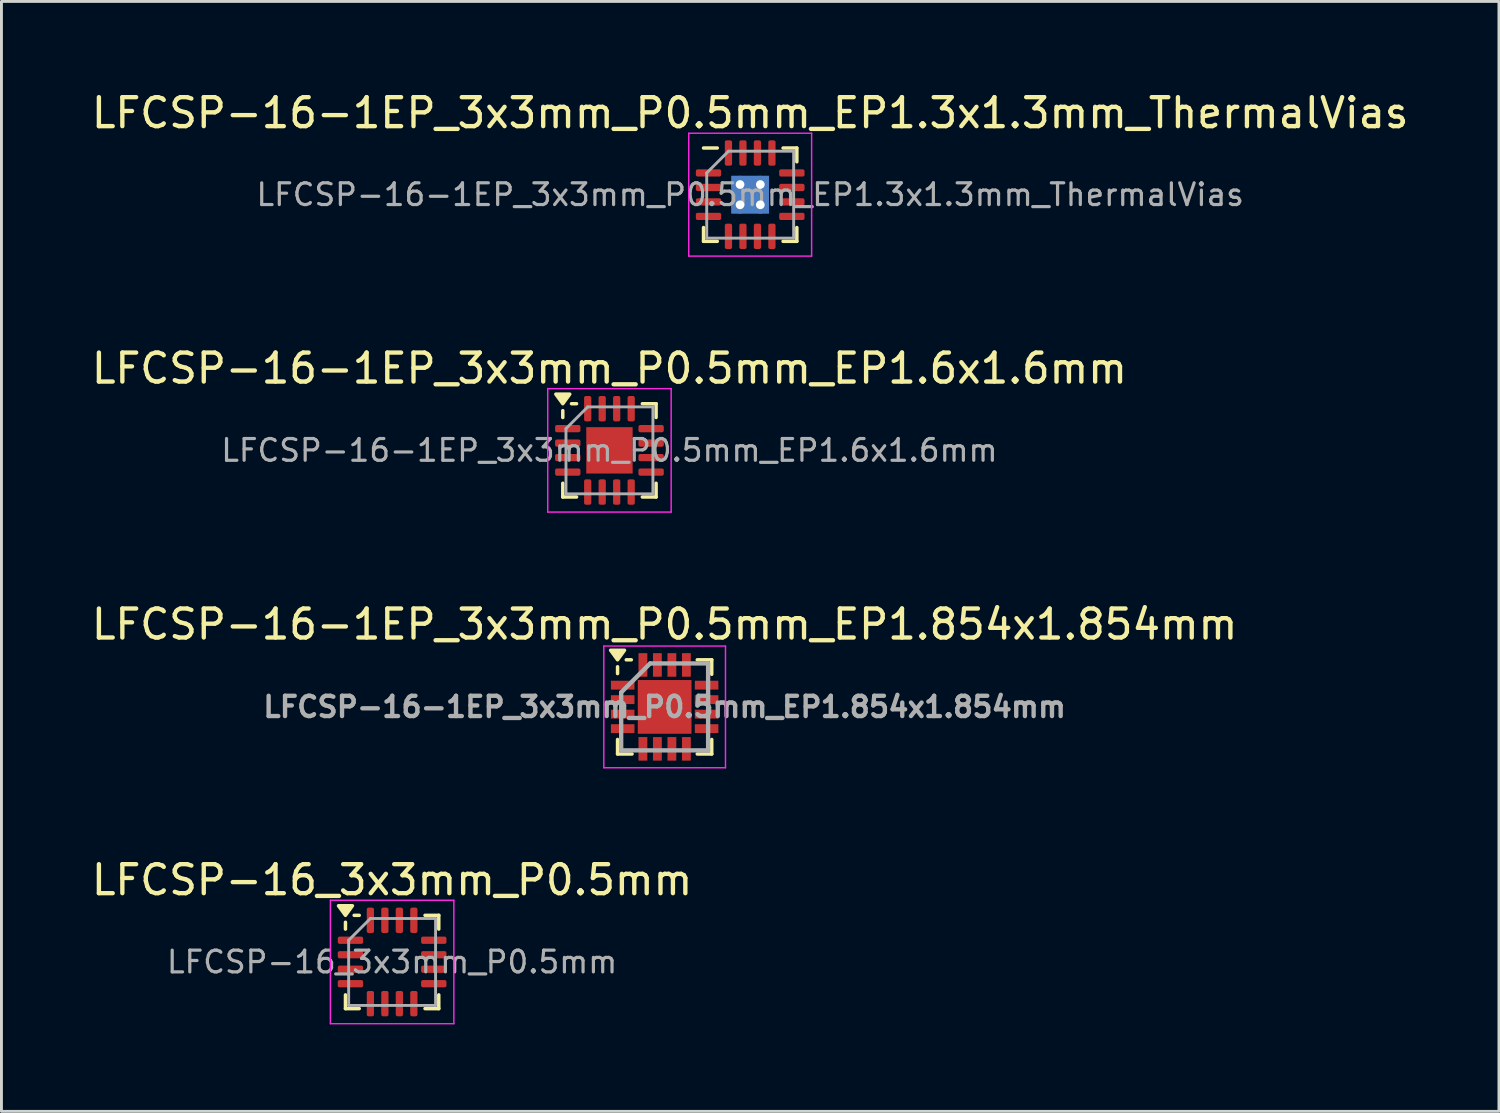
<source format=kicad_pcb>
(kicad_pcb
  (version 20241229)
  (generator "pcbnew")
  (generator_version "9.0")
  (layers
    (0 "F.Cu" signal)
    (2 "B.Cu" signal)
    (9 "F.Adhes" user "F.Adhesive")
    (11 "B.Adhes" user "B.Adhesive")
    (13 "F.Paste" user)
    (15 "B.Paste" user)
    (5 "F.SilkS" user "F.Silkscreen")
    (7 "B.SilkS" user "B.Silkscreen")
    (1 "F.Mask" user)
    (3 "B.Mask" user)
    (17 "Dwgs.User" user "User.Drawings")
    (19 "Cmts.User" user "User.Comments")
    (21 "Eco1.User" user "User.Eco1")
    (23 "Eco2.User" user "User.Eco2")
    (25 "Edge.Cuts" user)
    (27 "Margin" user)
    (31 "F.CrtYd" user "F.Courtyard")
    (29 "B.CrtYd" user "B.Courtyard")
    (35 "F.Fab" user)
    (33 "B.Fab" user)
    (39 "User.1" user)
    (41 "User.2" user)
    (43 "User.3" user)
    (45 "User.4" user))
  (footprint "LFCSP-16_3x3mm_P0.5mm"
    (layer "F.Cu")
    (at 10.482 30.148)
    (property "Reference" "LFCSP-16_3x3mm_P0.5mm" (at 0 -2.83 0) (layer "F.SilkS") (effects (font (size 1 1) (thickness 0.15))))
    (attr smd)
    (fp_line (start -1.61 -1.135) (end -1.61 -1.37) (stroke (width 0.12) (type solid)) (layer "F.SilkS"))
    (fp_line (start -1.61 1.61) (end -1.61 1.135) (stroke (width 0.12) (type solid)) (layer "F.SilkS"))
    (fp_line (start -1.135 -1.61) (end -1.31 -1.61) (stroke (width 0.12) (type solid)) (layer "F.SilkS"))
    (fp_line (start -1.135 1.61) (end -1.61 1.61) (stroke (width 0.12) (type solid)) (layer "F.SilkS"))
    (fp_line (start 1.135 -1.61) (end 1.61 -1.61) (stroke (width 0.12) (type solid)) (layer "F.SilkS"))
    (fp_line (start 1.135 1.61) (end 1.61 1.61) (stroke (width 0.12) (type solid)) (layer "F.SilkS"))
    (fp_line (start 1.61 -1.61) (end 1.61 -1.135) (stroke (width 0.12) (type solid)) (layer "F.SilkS"))
    (fp_line (start 1.61 1.61) (end 1.61 1.135) (stroke (width 0.12) (type solid)) (layer "F.SilkS"))
    (fp_poly (pts (xy -1.61 -1.61) (xy -1.85 -1.94) (xy -1.37 -1.94) (xy -1.61 -1.61)) (stroke (width 0.12) (type solid)) (fill yes) (layer "F.SilkS"))
    (fp_line (start -2.13 -2.13) (end -2.13 2.13) (stroke (width 0.05) (type solid)) (layer "F.CrtYd"))
    (fp_line (start -2.13 2.13) (end 2.13 2.13) (stroke (width 0.05) (type solid)) (layer "F.CrtYd"))
    (fp_line (start 2.13 -2.13) (end -2.13 -2.13) (stroke (width 0.05) (type solid)) (layer "F.CrtYd"))
    (fp_line (start 2.13 2.13) (end 2.13 -2.13) (stroke (width 0.05) (type solid)) (layer "F.CrtYd"))
    (fp_line (start -1.5 -0.75) (end -0.75 -1.5) (stroke (width 0.1) (type solid)) (layer "F.Fab"))
    (fp_line (start -1.5 1.5) (end -1.5 -0.75) (stroke (width 0.1) (type solid)) (layer "F.Fab"))
    (fp_line (start -0.75 -1.5) (end 1.5 -1.5) (stroke (width 0.1) (type solid)) (layer "F.Fab"))
    (fp_line (start 1.5 -1.5) (end 1.5 1.5) (stroke (width 0.1) (type solid)) (layer "F.Fab"))
    (fp_line (start 1.5 1.5) (end -1.5 1.5) (stroke (width 0.1) (type solid)) (layer "F.Fab"))
    (fp_text user "${REFERENCE}" (at 0 0 0) (layer "F.Fab") (effects (font (size 0.75 0.75) (thickness 0.11))))
    (pad "1" smd roundrect (at -1.438 -0.75) (size 0.875 0.25) (layers "F.Cu" "F.Mask" "F.Paste") (roundrect_rratio 0.25))
    (pad "2" smd roundrect (at -1.438 -0.25) (size 0.875 0.25) (layers "F.Cu" "F.Mask" "F.Paste") (roundrect_rratio 0.25))
    (pad "3" smd roundrect (at -1.438 0.25) (size 0.875 0.25) (layers "F.Cu" "F.Mask" "F.Paste") (roundrect_rratio 0.25))
    (pad "4" smd roundrect (at -1.438 0.75) (size 0.875 0.25) (layers "F.Cu" "F.Mask" "F.Paste") (roundrect_rratio 0.25))
    (pad "5" smd roundrect (at -0.75 1.438) (size 0.25 0.875) (layers "F.Cu" "F.Mask" "F.Paste") (roundrect_rratio 0.25))
    (pad "6" smd roundrect (at -0.25 1.438) (size 0.25 0.875) (layers "F.Cu" "F.Mask" "F.Paste") (roundrect_rratio 0.25))
    (pad "7" smd roundrect (at 0.25 1.438) (size 0.25 0.875) (layers "F.Cu" "F.Mask" "F.Paste") (roundrect_rratio 0.25))
    (pad "8" smd roundrect (at 0.75 1.438) (size 0.25 0.875) (layers "F.Cu" "F.Mask" "F.Paste") (roundrect_rratio 0.25))
    (pad "9" smd roundrect (at 1.438 0.75) (size 0.875 0.25) (layers "F.Cu" "F.Mask" "F.Paste") (roundrect_rratio 0.25))
    (pad "10" smd roundrect (at 1.438 0.25) (size 0.875 0.25) (layers "F.Cu" "F.Mask" "F.Paste") (roundrect_rratio 0.25))
    (pad "11" smd roundrect (at 1.438 -0.25) (size 0.875 0.25) (layers "F.Cu" "F.Mask" "F.Paste") (roundrect_rratio 0.25))
    (pad "12" smd roundrect (at 1.438 -0.75) (size 0.875 0.25) (layers "F.Cu" "F.Mask" "F.Paste") (roundrect_rratio 0.25))
    (pad "13" smd roundrect (at 0.75 -1.438) (size 0.25 0.875) (layers "F.Cu" "F.Mask" "F.Paste") (roundrect_rratio 0.25))
    (pad "14" smd roundrect (at 0.25 -1.438) (size 0.25 0.875) (layers "F.Cu" "F.Mask" "F.Paste") (roundrect_rratio 0.25))
    (pad "15" smd roundrect (at -0.25 -1.438) (size 0.25 0.875) (layers "F.Cu" "F.Mask" "F.Paste") (roundrect_rratio 0.25))
    (pad "16" smd roundrect (at -0.75 -1.438) (size 0.25 0.875) (layers "F.Cu" "F.Mask" "F.Paste") (roundrect_rratio 0.25)))
  (footprint "LFCSP-16-1EP_3x3mm_P0.5mm_EP1.6x1.6mm"
    (layer "F.Cu")
    (at 17.982 12.492)
    (property "Reference" "LFCSP-16-1EP_3x3mm_P0.5mm_EP1.6x1.6mm" (at 0 -2.83 0) (layer "F.SilkS") (effects (font (size 1 1) (thickness 0.15))))
    (attr smd)
    (fp_line (start -1.61 -1.135) (end -1.61 -1.37) (stroke (width 0.12) (type solid)) (layer "F.SilkS"))
    (fp_line (start -1.61 1.61) (end -1.61 1.135) (stroke (width 0.12) (type solid)) (layer "F.SilkS"))
    (fp_line (start -1.135 -1.61) (end -1.31 -1.61) (stroke (width 0.12) (type solid)) (layer "F.SilkS"))
    (fp_line (start -1.135 1.61) (end -1.61 1.61) (stroke (width 0.12) (type solid)) (layer "F.SilkS"))
    (fp_line (start 1.135 -1.61) (end 1.61 -1.61) (stroke (width 0.12) (type solid)) (layer "F.SilkS"))
    (fp_line (start 1.135 1.61) (end 1.61 1.61) (stroke (width 0.12) (type solid)) (layer "F.SilkS"))
    (fp_line (start 1.61 -1.61) (end 1.61 -1.135) (stroke (width 0.12) (type solid)) (layer "F.SilkS"))
    (fp_line (start 1.61 1.61) (end 1.61 1.135) (stroke (width 0.12) (type solid)) (layer "F.SilkS"))
    (fp_poly (pts (xy -1.61 -1.61) (xy -1.85 -1.94) (xy -1.37 -1.94) (xy -1.61 -1.61)) (stroke (width 0.12) (type solid)) (fill yes) (layer "F.SilkS"))
    (fp_line (start -2.13 -2.13) (end -2.13 2.13) (stroke (width 0.05) (type solid)) (layer "F.CrtYd"))
    (fp_line (start -2.13 2.13) (end 2.13 2.13) (stroke (width 0.05) (type solid)) (layer "F.CrtYd"))
    (fp_line (start 2.13 -2.13) (end -2.13 -2.13) (stroke (width 0.05) (type solid)) (layer "F.CrtYd"))
    (fp_line (start 2.13 2.13) (end 2.13 -2.13) (stroke (width 0.05) (type solid)) (layer "F.CrtYd"))
    (fp_line (start -1.5 -0.75) (end -0.75 -1.5) (stroke (width 0.1) (type solid)) (layer "F.Fab"))
    (fp_line (start -1.5 1.5) (end -1.5 -0.75) (stroke (width 0.1) (type solid)) (layer "F.Fab"))
    (fp_line (start -0.75 -1.5) (end 1.5 -1.5) (stroke (width 0.1) (type solid)) (layer "F.Fab"))
    (fp_line (start 1.5 -1.5) (end 1.5 1.5) (stroke (width 0.1) (type solid)) (layer "F.Fab"))
    (fp_line (start 1.5 1.5) (end -1.5 1.5) (stroke (width 0.1) (type solid)) (layer "F.Fab"))
    (fp_text user "${REFERENCE}" (at 0 0 0) (layer "F.Fab") (effects (font (size 0.75 0.75) (thickness 0.11))))
    (pad "" smd roundrect (at -0.4 -0.4) (size 0.64 0.64) (layers "F.Paste") (roundrect_rratio 0.25))
    (pad "" smd roundrect (at -0.4 0.4) (size 0.64 0.64) (layers "F.Paste") (roundrect_rratio 0.25))
    (pad "" smd roundrect (at 0.4 -0.4) (size 0.64 0.64) (layers "F.Paste") (roundrect_rratio 0.25))
    (pad "" smd roundrect (at 0.4 0.4) (size 0.64 0.64) (layers "F.Paste") (roundrect_rratio 0.25))
    (pad "1" smd roundrect (at -1.438 -0.75) (size 0.875 0.25) (layers "F.Cu" "F.Mask" "F.Paste") (roundrect_rratio 0.25))
    (pad "2" smd roundrect (at -1.438 -0.25) (size 0.875 0.25) (layers "F.Cu" "F.Mask" "F.Paste") (roundrect_rratio 0.25))
    (pad "3" smd roundrect (at -1.438 0.25) (size 0.875 0.25) (layers "F.Cu" "F.Mask" "F.Paste") (roundrect_rratio 0.25))
    (pad "4" smd roundrect (at -1.438 0.75) (size 0.875 0.25) (layers "F.Cu" "F.Mask" "F.Paste") (roundrect_rratio 0.25))
    (pad "5" smd roundrect (at -0.75 1.438) (size 0.25 0.875) (layers "F.Cu" "F.Mask" "F.Paste") (roundrect_rratio 0.25))
    (pad "6" smd roundrect (at -0.25 1.438) (size 0.25 0.875) (layers "F.Cu" "F.Mask" "F.Paste") (roundrect_rratio 0.25))
    (pad "7" smd roundrect (at 0.25 1.438) (size 0.25 0.875) (layers "F.Cu" "F.Mask" "F.Paste") (roundrect_rratio 0.25))
    (pad "8" smd roundrect (at 0.75 1.438) (size 0.25 0.875) (layers "F.Cu" "F.Mask" "F.Paste") (roundrect_rratio 0.25))
    (pad "9" smd roundrect (at 1.438 0.75) (size 0.875 0.25) (layers "F.Cu" "F.Mask" "F.Paste") (roundrect_rratio 0.25))
    (pad "10" smd roundrect (at 1.438 0.25) (size 0.875 0.25) (layers "F.Cu" "F.Mask" "F.Paste") (roundrect_rratio 0.25))
    (pad "11" smd roundrect (at 1.438 -0.25) (size 0.875 0.25) (layers "F.Cu" "F.Mask" "F.Paste") (roundrect_rratio 0.25))
    (pad "12" smd roundrect (at 1.438 -0.75) (size 0.875 0.25) (layers "F.Cu" "F.Mask" "F.Paste") (roundrect_rratio 0.25))
    (pad "13" smd roundrect (at 0.75 -1.438) (size 0.25 0.875) (layers "F.Cu" "F.Mask" "F.Paste") (roundrect_rratio 0.25))
    (pad "14" smd roundrect (at 0.25 -1.438) (size 0.25 0.875) (layers "F.Cu" "F.Mask" "F.Paste") (roundrect_rratio 0.25))
    (pad "15" smd roundrect (at -0.25 -1.438) (size 0.25 0.875) (layers "F.Cu" "F.Mask" "F.Paste") (roundrect_rratio 0.25))
    (pad "16" smd roundrect (at -0.75 -1.438) (size 0.25 0.875) (layers "F.Cu" "F.Mask" "F.Paste") (roundrect_rratio 0.25))
    (pad "17" smd rect (at 0 0) (size 1.6 1.6) (property pad_prop_heatsink) (layers "F.Cu" "F.Mask")))
  (footprint "LFCSP-16-1EP_3x3mm_P0.5mm_EP1.3x1.3mm_ThermalVias"
    (layer "F.Cu")
    (at 22.839 3.668)
    (property "Reference" "LFCSP-16-1EP_3x3mm_P0.5mm_EP1.3x1.3mm_ThermalVias" (at 0 -2.82 0) (layer "F.SilkS") (effects (font (size 1 1) (thickness 0.15))))
    (attr smd)
    (fp_line (start -1.61 1.61) (end -1.61 1.135) (stroke (width 0.12) (type solid)) (layer "F.SilkS"))
    (fp_line (start -1.135 -1.61) (end -1.61 -1.61) (stroke (width 0.12) (type solid)) (layer "F.SilkS"))
    (fp_line (start -1.135 1.61) (end -1.61 1.61) (stroke (width 0.12) (type solid)) (layer "F.SilkS"))
    (fp_line (start 1.135 -1.61) (end 1.61 -1.61) (stroke (width 0.12) (type solid)) (layer "F.SilkS"))
    (fp_line (start 1.135 1.61) (end 1.61 1.61) (stroke (width 0.12) (type solid)) (layer "F.SilkS"))
    (fp_line (start 1.61 -1.61) (end 1.61 -1.135) (stroke (width 0.12) (type solid)) (layer "F.SilkS"))
    (fp_line (start 1.61 1.61) (end 1.61 1.135) (stroke (width 0.12) (type solid)) (layer "F.SilkS"))
    (fp_line (start -2.12 -2.12) (end -2.12 2.12) (stroke (width 0.05) (type solid)) (layer "F.CrtYd"))
    (fp_line (start -2.12 2.12) (end 2.12 2.12) (stroke (width 0.05) (type solid)) (layer "F.CrtYd"))
    (fp_line (start 2.12 -2.12) (end -2.12 -2.12) (stroke (width 0.05) (type solid)) (layer "F.CrtYd"))
    (fp_line (start 2.12 2.12) (end 2.12 -2.12) (stroke (width 0.05) (type solid)) (layer "F.CrtYd"))
    (fp_line (start -1.5 -0.75) (end -0.75 -1.5) (stroke (width 0.1) (type solid)) (layer "F.Fab"))
    (fp_line (start -1.5 1.5) (end -1.5 -0.75) (stroke (width 0.1) (type solid)) (layer "F.Fab"))
    (fp_line (start -0.75 -1.5) (end 1.5 -1.5) (stroke (width 0.1) (type solid)) (layer "F.Fab"))
    (fp_line (start 1.5 -1.5) (end 1.5 1.5) (stroke (width 0.1) (type solid)) (layer "F.Fab"))
    (fp_line (start 1.5 1.5) (end -1.5 1.5) (stroke (width 0.1) (type solid)) (layer "F.Fab"))
    (fp_text user "${REFERENCE}" (at 0 0 0) (layer "F.Fab") (effects (font (size 0.75 0.75) (thickness 0.11))))
    (pad "" smd roundrect (at -0.325 -0.325) (size 0.52 0.52) (layers "F.Paste") (roundrect_rratio 0.25))
    (pad "" smd roundrect (at -0.325 0.325) (size 0.52 0.52) (layers "F.Paste") (roundrect_rratio 0.25))
    (pad "" smd roundrect (at 0.325 -0.325) (size 0.52 0.52) (layers "F.Paste") (roundrect_rratio 0.25))
    (pad "" smd roundrect (at 0.325 0.325) (size 0.52 0.52) (layers "F.Paste") (roundrect_rratio 0.25))
    (pad "1" smd roundrect (at -1.438 -0.75) (size 0.875 0.25) (layers "F.Cu" "F.Mask" "F.Paste") (roundrect_rratio 0.25))
    (pad "2" smd roundrect (at -1.438 -0.25) (size 0.875 0.25) (layers "F.Cu" "F.Mask" "F.Paste") (roundrect_rratio 0.25))
    (pad "3" smd roundrect (at -1.438 0.25) (size 0.875 0.25) (layers "F.Cu" "F.Mask" "F.Paste") (roundrect_rratio 0.25))
    (pad "4" smd roundrect (at -1.438 0.75) (size 0.875 0.25) (layers "F.Cu" "F.Mask" "F.Paste") (roundrect_rratio 0.25))
    (pad "5" smd roundrect (at -0.75 1.438) (size 0.25 0.875) (layers "F.Cu" "F.Mask" "F.Paste") (roundrect_rratio 0.25))
    (pad "6" smd roundrect (at -0.25 1.438) (size 0.25 0.875) (layers "F.Cu" "F.Mask" "F.Paste") (roundrect_rratio 0.25))
    (pad "7" smd roundrect (at 0.25 1.438) (size 0.25 0.875) (layers "F.Cu" "F.Mask" "F.Paste") (roundrect_rratio 0.25))
    (pad "8" smd roundrect (at 0.75 1.438) (size 0.25 0.875) (layers "F.Cu" "F.Mask" "F.Paste") (roundrect_rratio 0.25))
    (pad "9" smd roundrect (at 1.438 0.75) (size 0.875 0.25) (layers "F.Cu" "F.Mask" "F.Paste") (roundrect_rratio 0.25))
    (pad "10" smd roundrect (at 1.438 0.25) (size 0.875 0.25) (layers "F.Cu" "F.Mask" "F.Paste") (roundrect_rratio 0.25))
    (pad "11" smd roundrect (at 1.438 -0.25) (size 0.875 0.25) (layers "F.Cu" "F.Mask" "F.Paste") (roundrect_rratio 0.25))
    (pad "12" smd roundrect (at 1.438 -0.75) (size 0.875 0.25) (layers "F.Cu" "F.Mask" "F.Paste") (roundrect_rratio 0.25))
    (pad "13" smd roundrect (at 0.75 -1.438) (size 0.25 0.875) (layers "F.Cu" "F.Mask" "F.Paste") (roundrect_rratio 0.25))
    (pad "14" smd roundrect (at 0.25 -1.438) (size 0.25 0.875) (layers "F.Cu" "F.Mask" "F.Paste") (roundrect_rratio 0.25))
    (pad "15" smd roundrect (at -0.25 -1.438) (size 0.25 0.875) (layers "F.Cu" "F.Mask" "F.Paste") (roundrect_rratio 0.25))
    (pad "16" smd roundrect (at -0.75 -1.438) (size 0.25 0.875) (layers "F.Cu" "F.Mask" "F.Paste") (roundrect_rratio 0.25))
    (pad "17" thru_hole circle (at -0.35 -0.35) (size 0.6 0.6) (drill 0.3) (layers "*.Cu"))
    (pad "17" thru_hole circle (at -0.35 0.35) (size 0.6 0.6) (drill 0.3) (layers "*.Cu"))
    (pad "17" smd rect (at 0 0) (size 1.3 1.3) (layers "F.Cu" "F.Mask"))
    (pad "17" smd rect (at 0 0) (size 1.3 1.3) (layers "B.Cu"))
    (pad "17" thru_hole circle (at 0.35 -0.35) (size 0.6 0.6) (drill 0.3) (layers "*.Cu"))
    (pad "17" thru_hole circle (at 0.35 0.35) (size 0.6 0.6) (drill 0.3) (layers "*.Cu")))
  (footprint "LFCSP-16-1EP_3x3mm_P0.5mm_EP1.854x1.854mm"
    (layer "F.Cu")
    (at 19.887 21.345)
    (property "Reference" "LFCSP-16-1EP_3x3mm_P0.5mm_EP1.854x1.854mm" (at 0 -2.85 0) (layer "F.SilkS") (effects (font (size 1 1) (thickness 0.15))))
    (attr smd)
    (fp_line (start -1.625 -1.15) (end -1.625 -1.385) (stroke (width 0.12) (type solid)) (layer "F.SilkS"))
    (fp_line (start -1.625 1.625) (end -1.625 1.125) (stroke (width 0.12) (type solid)) (layer "F.SilkS"))
    (fp_line (start -1.625 1.625) (end -1.125 1.625) (stroke (width 0.12) (type solid)) (layer "F.SilkS"))
    (fp_line (start -1.15 -1.625) (end -1.325 -1.625) (stroke (width 0.12) (type solid)) (layer "F.SilkS"))
    (fp_line (start 1.625 -1.625) (end 1.125 -1.625) (stroke (width 0.12) (type solid)) (layer "F.SilkS"))
    (fp_line (start 1.625 -1.625) (end 1.625 -1.125) (stroke (width 0.12) (type solid)) (layer "F.SilkS"))
    (fp_line (start 1.625 1.625) (end 1.125 1.625) (stroke (width 0.12) (type solid)) (layer "F.SilkS"))
    (fp_line (start 1.625 1.625) (end 1.625 1.125) (stroke (width 0.12) (type solid)) (layer "F.SilkS"))
    (fp_poly (pts (xy -1.625 -1.625) (xy -1.865 -1.955) (xy -1.385 -1.955) (xy -1.625 -1.625)) (stroke (width 0.12) (type solid)) (fill yes) (layer "F.SilkS"))
    (fp_line (start -2.1 -2.1) (end -2.1 2.1) (stroke (width 0.05) (type solid)) (layer "F.CrtYd"))
    (fp_line (start -2.1 -2.1) (end 2.1 -2.1) (stroke (width 0.05) (type solid)) (layer "F.CrtYd"))
    (fp_line (start -2.1 2.1) (end 2.1 2.1) (stroke (width 0.05) (type solid)) (layer "F.CrtYd"))
    (fp_line (start 2.1 -2.1) (end 2.1 2.1) (stroke (width 0.05) (type solid)) (layer "F.CrtYd"))
    (fp_line (start -1.5 -0.5) (end -0.5 -1.5) (stroke (width 0.15) (type solid)) (layer "F.Fab"))
    (fp_line (start -1.5 1.5) (end -1.5 -0.5) (stroke (width 0.15) (type solid)) (layer "F.Fab"))
    (fp_line (start -0.5 -1.5) (end 1.5 -1.5) (stroke (width 0.15) (type solid)) (layer "F.Fab"))
    (fp_line (start 1.5 -1.5) (end 1.5 1.5) (stroke (width 0.15) (type solid)) (layer "F.Fab"))
    (fp_line (start 1.5 1.5) (end -1.5 1.5) (stroke (width 0.15) (type solid)) (layer "F.Fab"))
    (fp_text user "${REFERENCE}" (at 0 0 0) (layer "F.Fab") (effects (font (size 0.7 0.7) (thickness 0.15))))
    (pad "" smd rect (at -0.45 -0.45) (size 0.7 0.7) (layers "F.Paste"))
    (pad "" smd rect (at -0.45 0.45) (size 0.7 0.7) (layers "F.Paste"))
    (pad "" smd rect (at 0.45 -0.45) (size 0.7 0.7) (layers "F.Paste"))
    (pad "" smd rect (at 0.45 0.45) (size 0.7 0.7) (layers "F.Paste"))
    (pad "1" smd rect (at -1.448 -0.75) (size 0.813 0.305) (layers "F.Cu" "F.Mask" "F.Paste"))
    (pad "2" smd rect (at -1.448 -0.25) (size 0.813 0.305) (layers "F.Cu" "F.Mask" "F.Paste"))
    (pad "3" smd rect (at -1.448 0.25) (size 0.813 0.305) (layers "F.Cu" "F.Mask" "F.Paste"))
    (pad "4" smd rect (at -1.448 0.75) (size 0.813 0.305) (layers "F.Cu" "F.Mask" "F.Paste"))
    (pad "5" smd rect (at -0.75 1.448) (size 0.305 0.813) (layers "F.Cu" "F.Mask" "F.Paste"))
    (pad "6" smd rect (at -0.25 1.448) (size 0.305 0.813) (layers "F.Cu" "F.Mask" "F.Paste"))
    (pad "7" smd rect (at 0.25 1.448) (size 0.305 0.813) (layers "F.Cu" "F.Mask" "F.Paste"))
    (pad "8" smd rect (at 0.75 1.448) (size 0.305 0.813) (layers "F.Cu" "F.Mask" "F.Paste"))
    (pad "9" smd rect (at 1.448 0.75) (size 0.813 0.305) (layers "F.Cu" "F.Mask" "F.Paste"))
    (pad "10" smd rect (at 1.448 0.25) (size 0.813 0.305) (layers "F.Cu" "F.Mask" "F.Paste"))
    (pad "11" smd rect (at 1.448 -0.25) (size 0.813 0.305) (layers "F.Cu" "F.Mask" "F.Paste"))
    (pad "12" smd rect (at 1.448 -0.75) (size 0.813 0.305) (layers "F.Cu" "F.Mask" "F.Paste"))
    (pad "13" smd rect (at 0.75 -1.448) (size 0.305 0.813) (layers "F.Cu" "F.Mask" "F.Paste"))
    (pad "14" smd rect (at 0.25 -1.448) (size 0.305 0.813) (layers "F.Cu" "F.Mask" "F.Paste"))
    (pad "15" smd rect (at -0.25 -1.448) (size 0.305 0.813) (layers "F.Cu" "F.Mask" "F.Paste"))
    (pad "16" smd rect (at -0.75 -1.448) (size 0.305 0.813) (layers "F.Cu" "F.Mask" "F.Paste"))
    (pad "17" smd rect (at 0 0) (size 1.854 1.854) (layers "F.Cu" "F.Mask")))
  (gr_rect
    (start -3 -3)
    (end 48.679 35.303)
    (stroke (width 0.1) (type default))
    (fill no)
    (layer "Edge.Cuts")))
</source>
